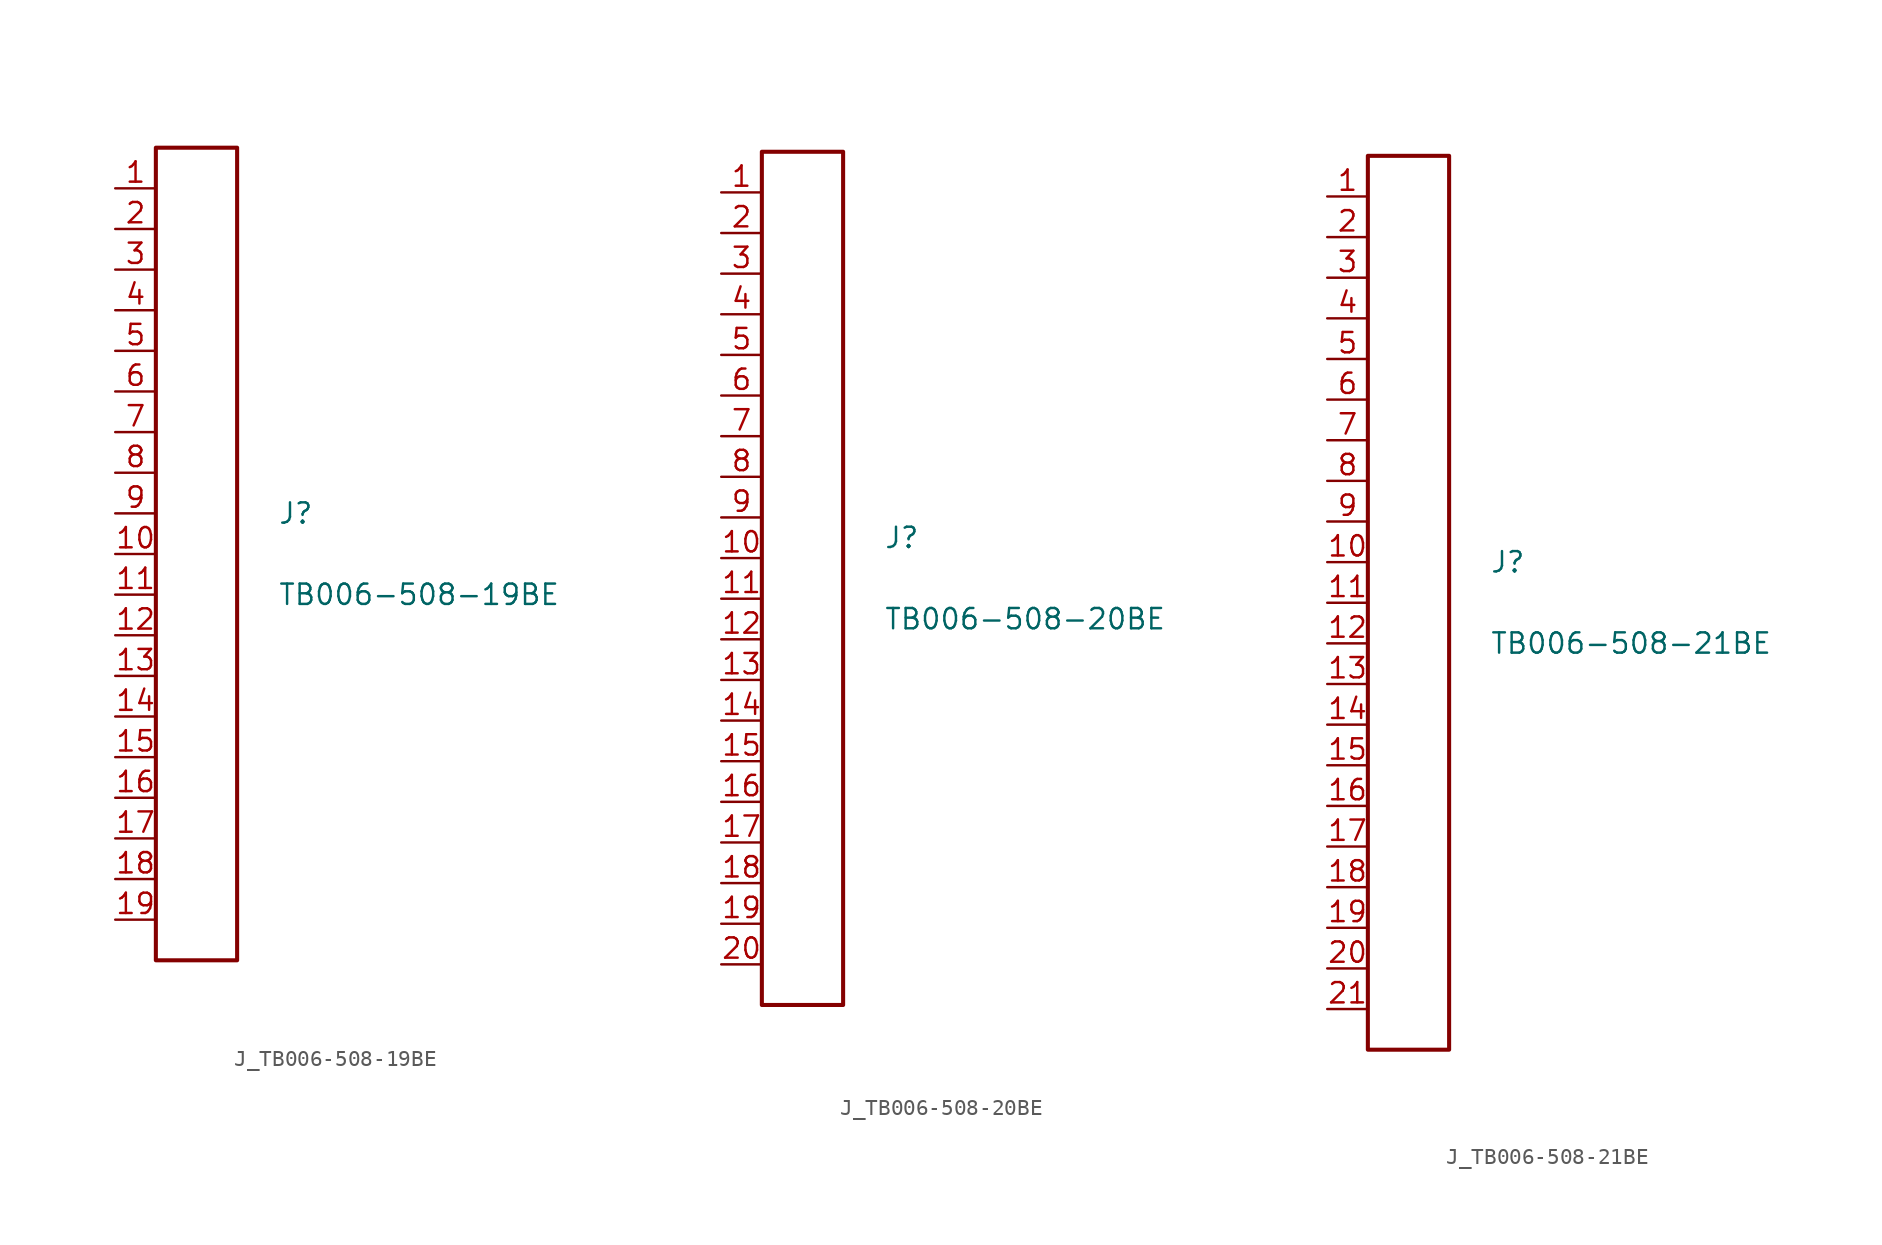
<source format=kicad_sym>
(kicad_symbol_lib
  (version 20231120)
  (generator kicad_symbol_editor)
  (generator_version 8.0)
  (symbol "J_TB006-508-19BE"
    (pin_names
      (offset 0.254))
    (property "Reference" "J"
      (at 5.08 2.54 0)
      (effects (font (size 1.27 1.27)) (justify left)))
    (property "Value" "TB006-508-19BE"
      (at 5.08 -2.54 0)
      (effects (font (size 1.27 1.27)) (justify left)))
    (symbol "J_TB006-508-19BE_0_0"
      (pin unspecified line (at -5.08 22.86 0) (length 2.54) (name "" (effects (font (size 1.27 1.27)))) (number "1" (effects (font (size 1.27 1.27)))))
      (pin unspecified line (at -5.08 20.32 0) (length 2.54) (name "" (effects (font (size 1.27 1.27)))) (number "2" (effects (font (size 1.27 1.27)))))
      (pin unspecified line (at -5.08 17.78 0) (length 2.54) (name "" (effects (font (size 1.27 1.27)))) (number "3" (effects (font (size 1.27 1.27)))))
      (pin unspecified line (at -5.08 15.24 0) (length 2.54) (name "" (effects (font (size 1.27 1.27)))) (number "4" (effects (font (size 1.27 1.27)))))
      (pin unspecified line (at -5.08 12.7 0) (length 2.54) (name "" (effects (font (size 1.27 1.27)))) (number "5" (effects (font (size 1.27 1.27)))))
      (pin unspecified line (at -5.08 10.16 0) (length 2.54) (name "" (effects (font (size 1.27 1.27)))) (number "6" (effects (font (size 1.27 1.27)))))
      (pin unspecified line (at -5.08 7.62 0) (length 2.54) (name "" (effects (font (size 1.27 1.27)))) (number "7" (effects (font (size 1.27 1.27)))))
      (pin unspecified line (at -5.08 5.08 0) (length 2.54) (name "" (effects (font (size 1.27 1.27)))) (number "8" (effects (font (size 1.27 1.27)))))
      (pin unspecified line (at -5.08 2.54 0) (length 2.54) (name "" (effects (font (size 1.27 1.27)))) (number "9" (effects (font (size 1.27 1.27)))))
      (pin unspecified line (at -5.08 0.0 0) (length 2.54) (name "" (effects (font (size 1.27 1.27)))) (number "10" (effects (font (size 1.27 1.27)))))
      (pin unspecified line (at -5.08 -2.54 0) (length 2.54) (name "" (effects (font (size 1.27 1.27)))) (number "11" (effects (font (size 1.27 1.27)))))
      (pin unspecified line (at -5.08 -5.08 0) (length 2.54) (name "" (effects (font (size 1.27 1.27)))) (number "12" (effects (font (size 1.27 1.27)))))
      (pin unspecified line (at -5.08 -7.62 0) (length 2.54) (name "" (effects (font (size 1.27 1.27)))) (number "13" (effects (font (size 1.27 1.27)))))
      (pin unspecified line (at -5.08 -10.16 0) (length 2.54) (name "" (effects (font (size 1.27 1.27)))) (number "14" (effects (font (size 1.27 1.27)))))
      (pin unspecified line (at -5.08 -12.7 0) (length 2.54) (name "" (effects (font (size 1.27 1.27)))) (number "15" (effects (font (size 1.27 1.27)))))
      (pin unspecified line (at -5.08 -15.24 0) (length 2.54) (name "" (effects (font (size 1.27 1.27)))) (number "16" (effects (font (size 1.27 1.27)))))
      (pin unspecified line (at -5.08 -17.78 0) (length 2.54) (name "" (effects (font (size 1.27 1.27)))) (number "17" (effects (font (size 1.27 1.27)))))
      (pin unspecified line (at -5.08 -20.32 0) (length 2.54) (name "" (effects (font (size 1.27 1.27)))) (number "18" (effects (font (size 1.27 1.27)))))
      (pin unspecified line (at -5.08 -22.86 0) (length 2.54) (name "" (effects (font (size 1.27 1.27)))) (number "19" (effects (font (size 1.27 1.27))))))
    (symbol "J_TB006-508-19BE_1_0"
      (rectangle (start -2.54 25.4) (end 2.54 -25.4) (stroke (width 0.254) (type solid)) (fill (type none)))))
  (symbol "J_TB006-508-20BE"
    (pin_names
      (offset 0.254))
    (property "Reference" "J"
      (at 5.08 2.54 0)
      (effects (font (size 1.27 1.27)) (justify left)))
    (property "Value" "TB006-508-20BE"
      (at 5.08 -2.54 0)
      (effects (font (size 1.27 1.27)) (justify left)))
    (symbol "J_TB006-508-20BE_0_0"
      (pin unspecified line (at -5.08 24.13 0) (length 2.54) (name "" (effects (font (size 1.27 1.27)))) (number "1" (effects (font (size 1.27 1.27)))))
      (pin unspecified line (at -5.08 21.59 0) (length 2.54) (name "" (effects (font (size 1.27 1.27)))) (number "2" (effects (font (size 1.27 1.27)))))
      (pin unspecified line (at -5.08 19.05 0) (length 2.54) (name "" (effects (font (size 1.27 1.27)))) (number "3" (effects (font (size 1.27 1.27)))))
      (pin unspecified line (at -5.08 16.51 0) (length 2.54) (name "" (effects (font (size 1.27 1.27)))) (number "4" (effects (font (size 1.27 1.27)))))
      (pin unspecified line (at -5.08 13.97 0) (length 2.54) (name "" (effects (font (size 1.27 1.27)))) (number "5" (effects (font (size 1.27 1.27)))))
      (pin unspecified line (at -5.08 11.43 0) (length 2.54) (name "" (effects (font (size 1.27 1.27)))) (number "6" (effects (font (size 1.27 1.27)))))
      (pin unspecified line (at -5.08 8.89 0) (length 2.54) (name "" (effects (font (size 1.27 1.27)))) (number "7" (effects (font (size 1.27 1.27)))))
      (pin unspecified line (at -5.08 6.35 0) (length 2.54) (name "" (effects (font (size 1.27 1.27)))) (number "8" (effects (font (size 1.27 1.27)))))
      (pin unspecified line (at -5.08 3.81 0) (length 2.54) (name "" (effects (font (size 1.27 1.27)))) (number "9" (effects (font (size 1.27 1.27)))))
      (pin unspecified line (at -5.08 1.27 0) (length 2.54) (name "" (effects (font (size 1.27 1.27)))) (number "10" (effects (font (size 1.27 1.27)))))
      (pin unspecified line (at -5.08 -1.27 0) (length 2.54) (name "" (effects (font (size 1.27 1.27)))) (number "11" (effects (font (size 1.27 1.27)))))
      (pin unspecified line (at -5.08 -3.81 0) (length 2.54) (name "" (effects (font (size 1.27 1.27)))) (number "12" (effects (font (size 1.27 1.27)))))
      (pin unspecified line (at -5.08 -6.35 0) (length 2.54) (name "" (effects (font (size 1.27 1.27)))) (number "13" (effects (font (size 1.27 1.27)))))
      (pin unspecified line (at -5.08 -8.89 0) (length 2.54) (name "" (effects (font (size 1.27 1.27)))) (number "14" (effects (font (size 1.27 1.27)))))
      (pin unspecified line (at -5.08 -11.43 0) (length 2.54) (name "" (effects (font (size 1.27 1.27)))) (number "15" (effects (font (size 1.27 1.27)))))
      (pin unspecified line (at -5.08 -13.97 0) (length 2.54) (name "" (effects (font (size 1.27 1.27)))) (number "16" (effects (font (size 1.27 1.27)))))
      (pin unspecified line (at -5.08 -16.51 0) (length 2.54) (name "" (effects (font (size 1.27 1.27)))) (number "17" (effects (font (size 1.27 1.27)))))
      (pin unspecified line (at -5.08 -19.05 0) (length 2.54) (name "" (effects (font (size 1.27 1.27)))) (number "18" (effects (font (size 1.27 1.27)))))
      (pin unspecified line (at -5.08 -21.59 0) (length 2.54) (name "" (effects (font (size 1.27 1.27)))) (number "19" (effects (font (size 1.27 1.27)))))
      (pin unspecified line (at -5.08 -24.13 0) (length 2.54) (name "" (effects (font (size 1.27 1.27)))) (number "20" (effects (font (size 1.27 1.27))))))
    (symbol "J_TB006-508-20BE_1_0"
      (rectangle (start -2.54 26.67) (end 2.54 -26.67) (stroke (width 0.254) (type solid)) (fill (type none)))))
  (symbol "J_TB006-508-21BE"
    (pin_names
      (offset 0.254))
    (property "Reference" "J"
      (at 5.08 2.54 0)
      (effects (font (size 1.27 1.27)) (justify left)))
    (property "Value" "TB006-508-21BE"
      (at 5.08 -2.54 0)
      (effects (font (size 1.27 1.27)) (justify left)))
    (symbol "J_TB006-508-21BE_0_0"
      (pin unspecified line (at -5.08 25.4 0) (length 2.54) (name "" (effects (font (size 1.27 1.27)))) (number "1" (effects (font (size 1.27 1.27)))))
      (pin unspecified line (at -5.08 22.86 0) (length 2.54) (name "" (effects (font (size 1.27 1.27)))) (number "2" (effects (font (size 1.27 1.27)))))
      (pin unspecified line (at -5.08 20.32 0) (length 2.54) (name "" (effects (font (size 1.27 1.27)))) (number "3" (effects (font (size 1.27 1.27)))))
      (pin unspecified line (at -5.08 17.78 0) (length 2.54) (name "" (effects (font (size 1.27 1.27)))) (number "4" (effects (font (size 1.27 1.27)))))
      (pin unspecified line (at -5.08 15.24 0) (length 2.54) (name "" (effects (font (size 1.27 1.27)))) (number "5" (effects (font (size 1.27 1.27)))))
      (pin unspecified line (at -5.08 12.7 0) (length 2.54) (name "" (effects (font (size 1.27 1.27)))) (number "6" (effects (font (size 1.27 1.27)))))
      (pin unspecified line (at -5.08 10.16 0) (length 2.54) (name "" (effects (font (size 1.27 1.27)))) (number "7" (effects (font (size 1.27 1.27)))))
      (pin unspecified line (at -5.08 7.62 0) (length 2.54) (name "" (effects (font (size 1.27 1.27)))) (number "8" (effects (font (size 1.27 1.27)))))
      (pin unspecified line (at -5.08 5.08 0) (length 2.54) (name "" (effects (font (size 1.27 1.27)))) (number "9" (effects (font (size 1.27 1.27)))))
      (pin unspecified line (at -5.08 2.54 0) (length 2.54) (name "" (effects (font (size 1.27 1.27)))) (number "10" (effects (font (size 1.27 1.27)))))
      (pin unspecified line (at -5.08 0.0 0) (length 2.54) (name "" (effects (font (size 1.27 1.27)))) (number "11" (effects (font (size 1.27 1.27)))))
      (pin unspecified line (at -5.08 -2.54 0) (length 2.54) (name "" (effects (font (size 1.27 1.27)))) (number "12" (effects (font (size 1.27 1.27)))))
      (pin unspecified line (at -5.08 -5.08 0) (length 2.54) (name "" (effects (font (size 1.27 1.27)))) (number "13" (effects (font (size 1.27 1.27)))))
      (pin unspecified line (at -5.08 -7.62 0) (length 2.54) (name "" (effects (font (size 1.27 1.27)))) (number "14" (effects (font (size 1.27 1.27)))))
      (pin unspecified line (at -5.08 -10.16 0) (length 2.54) (name "" (effects (font (size 1.27 1.27)))) (number "15" (effects (font (size 1.27 1.27)))))
      (pin unspecified line (at -5.08 -12.7 0) (length 2.54) (name "" (effects (font (size 1.27 1.27)))) (number "16" (effects (font (size 1.27 1.27)))))
      (pin unspecified line (at -5.08 -15.24 0) (length 2.54) (name "" (effects (font (size 1.27 1.27)))) (number "17" (effects (font (size 1.27 1.27)))))
      (pin unspecified line (at -5.08 -17.78 0) (length 2.54) (name "" (effects (font (size 1.27 1.27)))) (number "18" (effects (font (size 1.27 1.27)))))
      (pin unspecified line (at -5.08 -20.32 0) (length 2.54) (name "" (effects (font (size 1.27 1.27)))) (number "19" (effects (font (size 1.27 1.27)))))
      (pin unspecified line (at -5.08 -22.86 0) (length 2.54) (name "" (effects (font (size 1.27 1.27)))) (number "20" (effects (font (size 1.27 1.27)))))
      (pin unspecified line (at -5.08 -25.4 0) (length 2.54) (name "" (effects (font (size 1.27 1.27)))) (number "21" (effects (font (size 1.27 1.27))))))
    (symbol "J_TB006-508-21BE_1_0"
      (rectangle (start -2.54 27.94) (end 2.54 -27.94) (stroke (width 0.254) (type solid)) (fill (type none))))))
</source>
